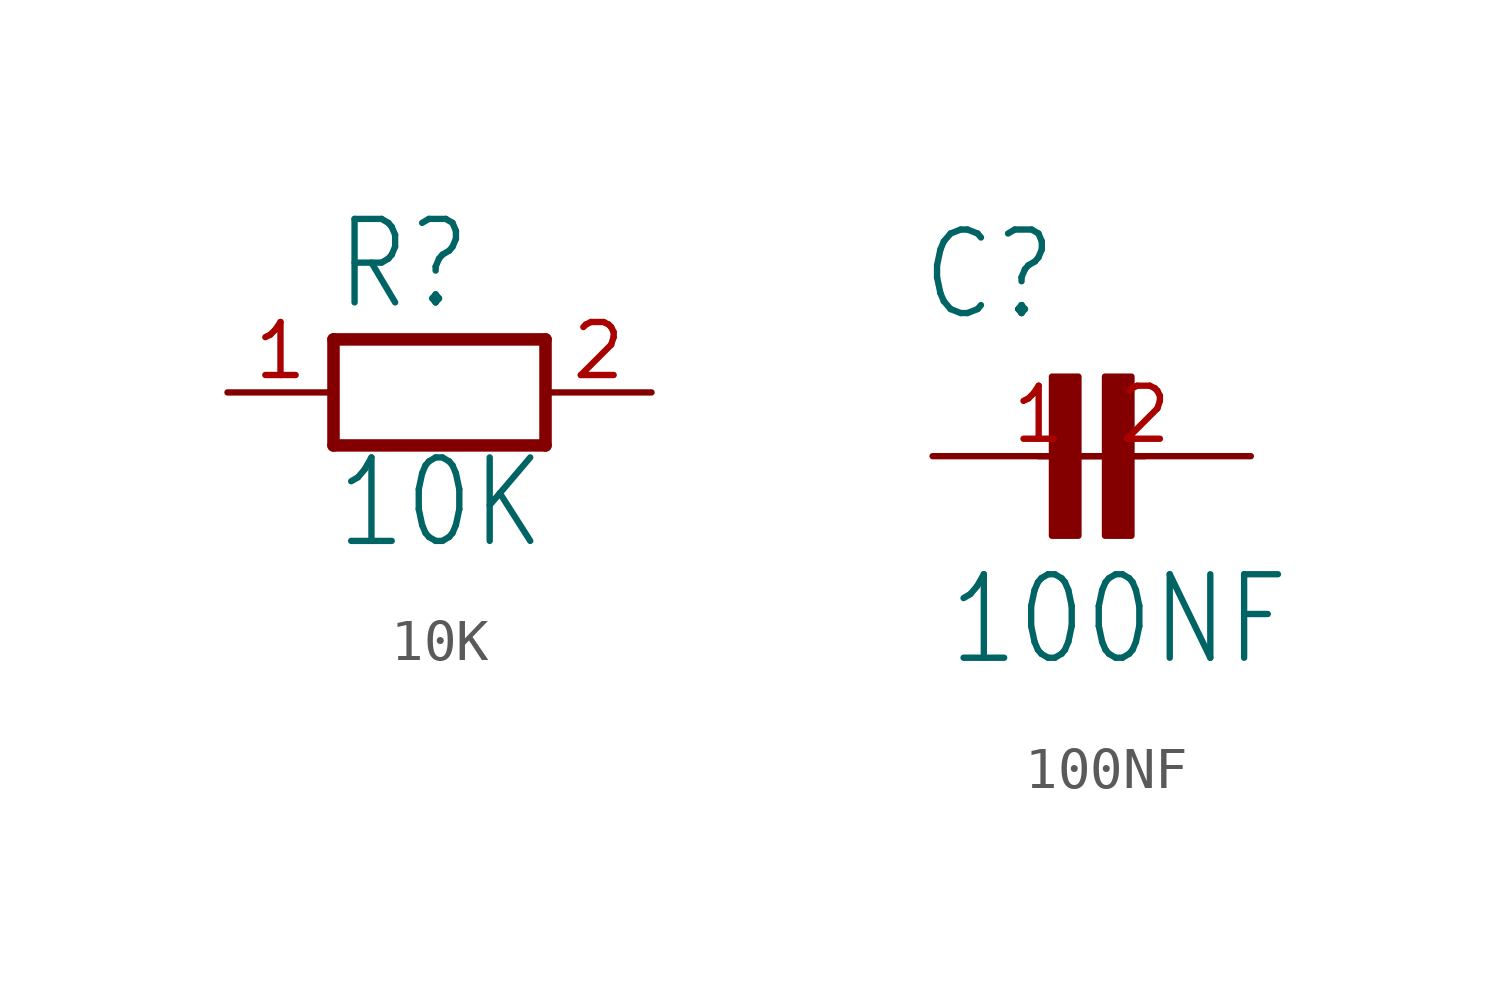
<source format=kicad_sym>
(kicad_symbol_lib
  (version 20211014)
  (generator kicad_symbol_editor)
  (symbol "10K"
    (property "Reference" "R"
      (at -2.54 1.905 0)
      (effects (font (size 2 1.7)) (justify left bottom)))
    (property "Value" "10K"
      (at -2.54 -3.81 0)
      (effects (font (size 2 1.7)) (justify left bottom)))
    (property "ki_locked" ""
      (at 0 0 0)
      (effects (font (size 1.27 1.27))))
    (symbol "10K_1_0"
      (polyline (pts (xy -2.54 -1.27) (xy 2.54 -1.27)) (stroke (width 0.3) (type default) (color 0 0 0 0)) (fill (type none)))
      (polyline (pts (xy -2.54 1.27) (xy -2.54 -1.27)) (stroke (width 0.3) (type default) (color 0 0 0 0)) (fill (type none)))
      (polyline (pts (xy 2.54 -1.27) (xy 2.54 1.27)) (stroke (width 0.3) (type default) (color 0 0 0 0)) (fill (type none)))
      (polyline (pts (xy 2.54 1.27) (xy -2.54 1.27)) (stroke (width 0.3) (type default) (color 0 0 0 0)) (fill (type none)))
      (pin passive line (at -5.08 0 0) (length 2.54) (name "1" (effects (font (size 0 0)))) (number "1" (effects (font (size 1.27 1.27)))))
      (pin passive line (at 5.08 0 180) (length 2.54) (name "2" (effects (font (size 0 0)))) (number "2" (effects (font (size 1.27 1.27)))))))
  (symbol "100NF"
    (property "Reference" "C"
      (at -4.128 3.175 0)
      (effects (font (size 2 1.7)) (justify left bottom)))
    (property "Value" "100NF"
      (at -3.493 -5.08 0)
      (effects (font (size 2 1.7)) (justify left bottom)))
    (property "ki_locked" ""
      (at 0 0 0)
      (effects (font (size 1.27 1.27))))
    (symbol "100NF_1_0"
      (rectangle (start -0.952 -1.905) (end -0.318 1.905) (stroke (width 0) (type default) (color 0 0 0 0)) (fill (type outline)))
      (rectangle (start 0.318 -1.905) (end 0.952 1.905) (stroke (width 0) (type default) (color 0 0 0 0)) (fill (type outline)))
      (pin passive line (at -3.81 0 0) (length 5.08) (name "1" (effects (font (size 0 0)))) (number "1" (effects (font (size 1.27 1.27)))))
      (pin passive line (at 3.81 0 180) (length 5.08) (name "2" (effects (font (size 0 0)))) (number "2" (effects (font (size 1.27 1.27))))))))
</source>
